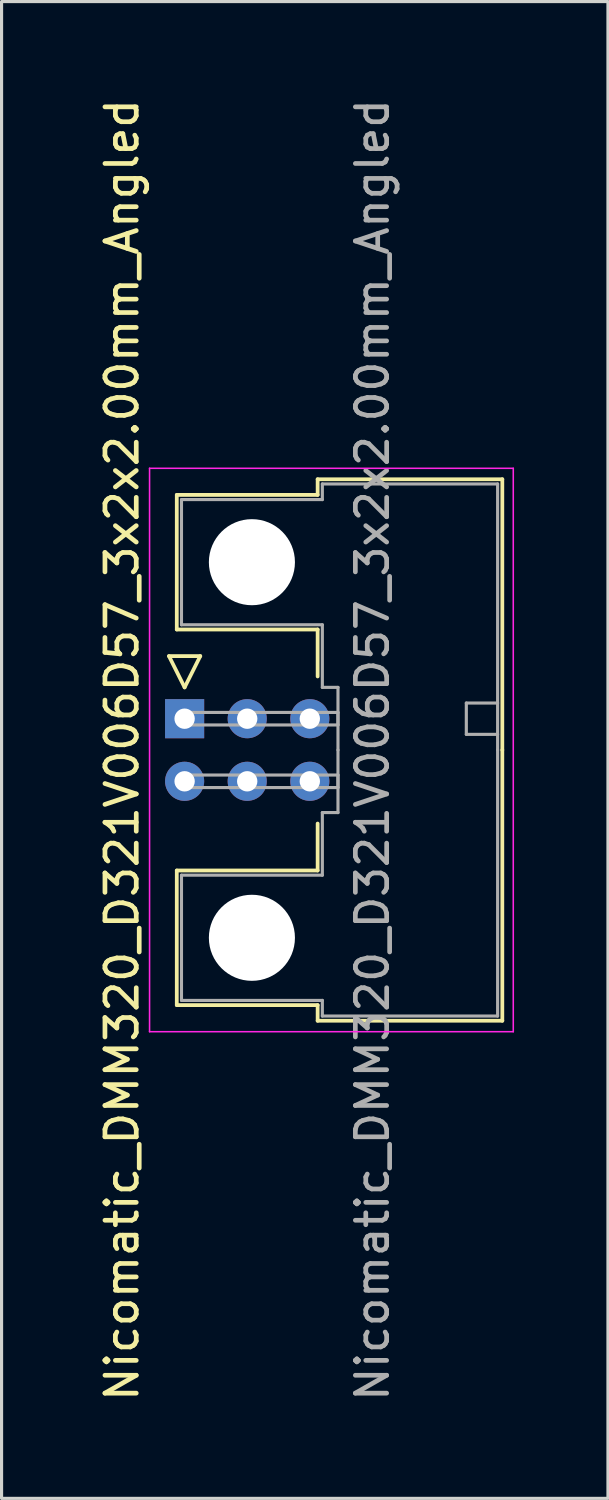
<source format=kicad_pcb>
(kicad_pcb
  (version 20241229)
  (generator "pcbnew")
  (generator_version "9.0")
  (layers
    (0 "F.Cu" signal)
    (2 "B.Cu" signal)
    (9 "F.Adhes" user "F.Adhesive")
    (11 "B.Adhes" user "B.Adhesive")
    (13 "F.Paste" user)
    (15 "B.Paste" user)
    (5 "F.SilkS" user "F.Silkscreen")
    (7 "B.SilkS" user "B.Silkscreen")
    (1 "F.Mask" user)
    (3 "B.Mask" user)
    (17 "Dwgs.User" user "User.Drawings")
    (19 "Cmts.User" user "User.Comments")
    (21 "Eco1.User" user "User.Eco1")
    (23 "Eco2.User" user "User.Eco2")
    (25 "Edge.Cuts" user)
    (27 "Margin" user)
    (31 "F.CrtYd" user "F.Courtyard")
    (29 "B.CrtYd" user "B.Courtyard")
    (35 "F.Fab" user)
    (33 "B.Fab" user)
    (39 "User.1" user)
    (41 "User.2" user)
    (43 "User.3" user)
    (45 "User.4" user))
  (footprint "Nicomatic_DMM320_D321V006D57_3x2x2.00mm_Angled"
    (layer "F.Cu")
    (at 2.848 19.911)
    (property "Reference" "Nicomatic_DMM320_D321V006D57_3x2x2.00mm_Angled" (at -2 1 90) (layer "F.SilkS") (effects (font (size 1 1) (thickness 0.15))))
    (attr through_hole)
    (fp_line (start -0.5 -2) (end 0 -1) (stroke (width 0.12) (type solid)) (layer "F.SilkS"))
    (fp_line (start -0.25 -7.15) (end -0.25 -2.85) (stroke (width 0.12) (type solid)) (layer "F.SilkS"))
    (fp_line (start -0.25 -2.85) (end 4.25 -2.85) (stroke (width 0.12) (type solid)) (layer "F.SilkS"))
    (fp_line (start -0.25 4.85) (end 4.25 4.85) (stroke (width 0.12) (type solid)) (layer "F.SilkS"))
    (fp_line (start -0.25 9.15) (end -0.25 4.85) (stroke (width 0.12) (type solid)) (layer "F.SilkS"))
    (fp_line (start 0 -1) (end 0.5 -2) (stroke (width 0.12) (type solid)) (layer "F.SilkS"))
    (fp_line (start 0.5 -2) (end -0.5 -2) (stroke (width 0.12) (type solid)) (layer "F.SilkS"))
    (fp_line (start 4.25 -7.65) (end 4.25 -7.15) (stroke (width 0.12) (type solid)) (layer "F.SilkS"))
    (fp_line (start 4.25 -7.15) (end -0.25 -7.15) (stroke (width 0.12) (type solid)) (layer "F.SilkS"))
    (fp_line (start 4.25 -2.85) (end 4.25 -1.35) (stroke (width 0.12) (type solid)) (layer "F.SilkS"))
    (fp_line (start 4.25 4.85) (end 4.25 3.35) (stroke (width 0.12) (type solid)) (layer "F.SilkS"))
    (fp_line (start 4.25 9.15) (end -0.25 9.15) (stroke (width 0.12) (type solid)) (layer "F.SilkS"))
    (fp_line (start 4.25 9.65) (end 4.25 9.15) (stroke (width 0.12) (type solid)) (layer "F.SilkS"))
    (fp_line (start 10.15 -7.65) (end 4.25 -7.65) (stroke (width 0.12) (type solid)) (layer "F.SilkS"))
    (fp_line (start 10.15 1) (end 10.15 -7.65) (stroke (width 0.12) (type solid)) (layer "F.SilkS"))
    (fp_line (start 10.15 1) (end 10.15 9.65) (stroke (width 0.12) (type solid)) (layer "F.SilkS"))
    (fp_line (start 10.15 9.65) (end 4.25 9.65) (stroke (width 0.12) (type solid)) (layer "F.SilkS"))
    (fp_line (start -1.12 -8) (end -1.12 10) (stroke (width 0.05) (type solid)) (layer "F.CrtYd"))
    (fp_line (start -1.12 10) (end 10.5 10) (stroke (width 0.05) (type solid)) (layer "F.CrtYd"))
    (fp_line (start 10.5 -8) (end -1.12 -8) (stroke (width 0.05) (type solid)) (layer "F.CrtYd"))
    (fp_line (start 10.5 10) (end 10.5 -8) (stroke (width 0.05) (type solid)) (layer "F.CrtYd"))
    (fp_line (start -0.1 -7) (end -0.1 -3) (stroke (width 0.1) (type solid)) (layer "F.Fab"))
    (fp_line (start -0.1 -3) (end 4.4 -3) (stroke (width 0.1) (type solid)) (layer "F.Fab"))
    (fp_line (start -0.1 5) (end 4.4 5) (stroke (width 0.1) (type solid)) (layer "F.Fab"))
    (fp_line (start -0.1 9) (end -0.1 5) (stroke (width 0.1) (type solid)) (layer "F.Fab"))
    (fp_line (start 0 -0.2) (end 0 0.2) (stroke (width 0.1) (type solid)) (layer "F.Fab"))
    (fp_line (start 0 0.2) (end 4.9 0.2) (stroke (width 0.1) (type solid)) (layer "F.Fab"))
    (fp_line (start 0 1.8) (end 0 2.2) (stroke (width 0.1) (type solid)) (layer "F.Fab"))
    (fp_line (start 0 2.2) (end 4.9 2.2) (stroke (width 0.1) (type solid)) (layer "F.Fab"))
    (fp_line (start 4.4 -7.5) (end 4.4 -7) (stroke (width 0.1) (type solid)) (layer "F.Fab"))
    (fp_line (start 4.4 -7) (end -0.1 -7) (stroke (width 0.1) (type solid)) (layer "F.Fab"))
    (fp_line (start 4.4 -3) (end 4.4 -1) (stroke (width 0.1) (type solid)) (layer "F.Fab"))
    (fp_line (start 4.4 -1) (end 4.9 -1) (stroke (width 0.1) (type solid)) (layer "F.Fab"))
    (fp_line (start 4.4 3) (end 4.9 3) (stroke (width 0.1) (type solid)) (layer "F.Fab"))
    (fp_line (start 4.4 5) (end 4.4 3) (stroke (width 0.1) (type solid)) (layer "F.Fab"))
    (fp_line (start 4.4 9) (end -0.1 9) (stroke (width 0.1) (type solid)) (layer "F.Fab"))
    (fp_line (start 4.4 9.5) (end 4.4 9) (stroke (width 0.1) (type solid)) (layer "F.Fab"))
    (fp_line (start 4.9 -1) (end 4.9 1) (stroke (width 0.1) (type solid)) (layer "F.Fab"))
    (fp_line (start 4.9 -0.2) (end 0 -0.2) (stroke (width 0.1) (type solid)) (layer "F.Fab"))
    (fp_line (start 4.9 0.2) (end 4.9 -0.2) (stroke (width 0.1) (type solid)) (layer "F.Fab"))
    (fp_line (start 4.9 1.8) (end 0 1.8) (stroke (width 0.1) (type solid)) (layer "F.Fab"))
    (fp_line (start 4.9 2.2) (end 4.9 1.8) (stroke (width 0.1) (type solid)) (layer "F.Fab"))
    (fp_line (start 4.9 3) (end 4.9 1) (stroke (width 0.1) (type solid)) (layer "F.Fab"))
    (fp_line (start 9 -0.5) (end 9 0.5) (stroke (width 0.1) (type solid)) (layer "F.Fab"))
    (fp_line (start 9 0.5) (end 10 0.5) (stroke (width 0.1) (type solid)) (layer "F.Fab"))
    (fp_line (start 10 -7.5) (end 4.4 -7.5) (stroke (width 0.1) (type solid)) (layer "F.Fab"))
    (fp_line (start 10 -0.5) (end 9 -0.5) (stroke (width 0.1) (type solid)) (layer "F.Fab"))
    (fp_line (start 10 1) (end 10 -7.5) (stroke (width 0.1) (type solid)) (layer "F.Fab"))
    (fp_line (start 10 1) (end 10 9.5) (stroke (width 0.1) (type solid)) (layer "F.Fab"))
    (fp_line (start 10 9.5) (end 4.4 9.5) (stroke (width 0.1) (type solid)) (layer "F.Fab"))
    (fp_text user "${REFERENCE}" (at 6 1 90) (layer "F.Fab") (effects (font (size 1 1) (thickness 0.15))))
    (pad "" np_thru_hole circle (at 2.15 -5) (size 2.75 2.75) (drill 2.75) (layers "*.Cu" "*.Mask"))
    (pad "" np_thru_hole circle (at 2.15 7) (size 2.75 2.75) (drill 2.75) (layers "*.Cu" "*.Mask"))
    (pad "1" thru_hole rect (at 0 0) (size 1.25 1.25) (drill 0.65) (layers "*.Cu" "*.Mask"))
    (pad "2" thru_hole oval (at 0 2) (size 1.25 1.25) (drill 0.65) (layers "*.Cu" "*.Mask"))
    (pad "3" thru_hole oval (at 2 0) (size 1.25 1.25) (drill 0.65) (layers "*.Cu" "*.Mask"))
    (pad "4" thru_hole oval (at 2 2) (size 1.25 1.25) (drill 0.65) (layers "*.Cu" "*.Mask"))
    (pad "5" thru_hole oval (at 4 0) (size 1.25 1.25) (drill 0.65) (layers "*.Cu" "*.Mask"))
    (pad "6" thru_hole oval (at 4 2) (size 1.25 1.25) (drill 0.65) (layers "*.Cu" "*.Mask")))
  (gr_rect
    (start -3 -3)
    (end 16.373 44.821)
    (stroke (width 0.1) (type default))
    (fill no)
    (layer "Edge.Cuts")))
</source>
